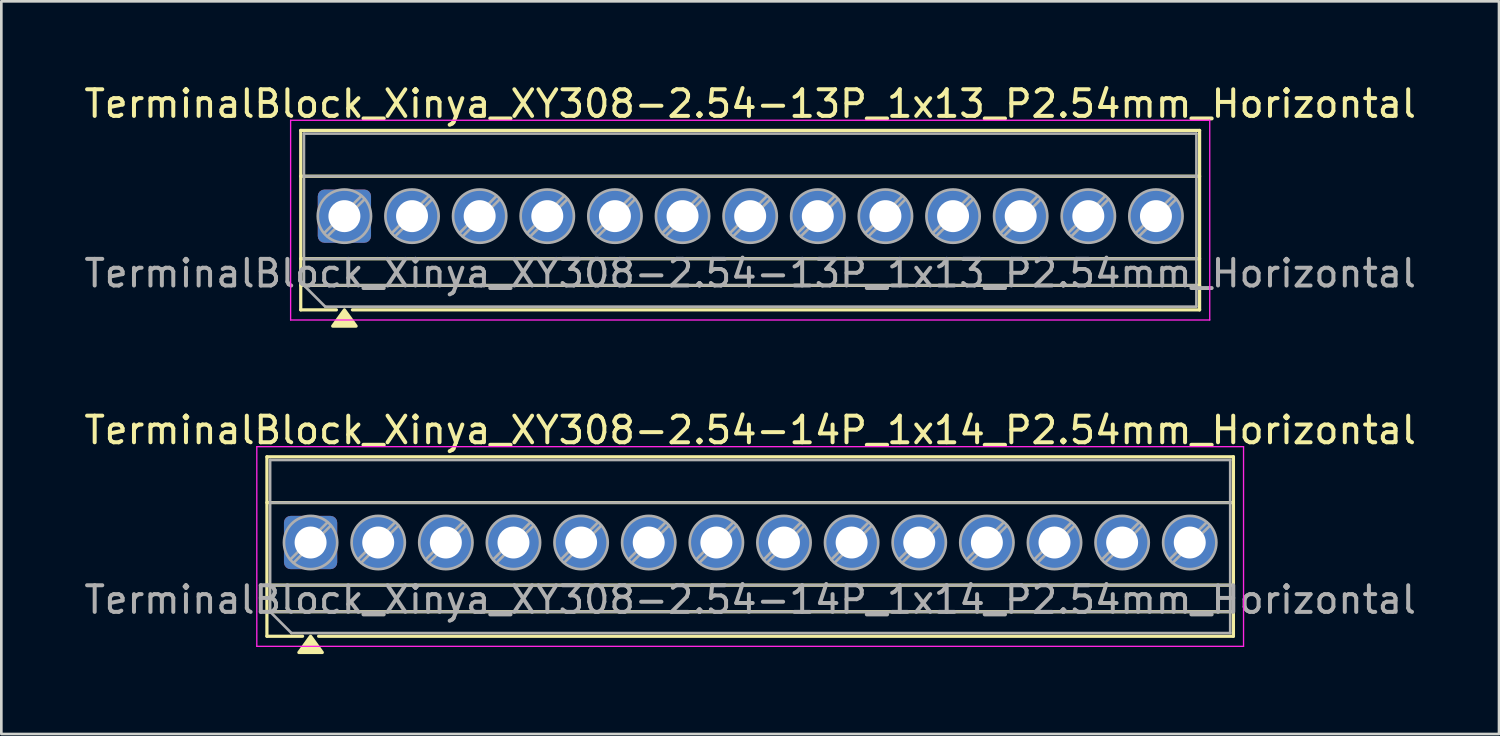
<source format=kicad_pcb>
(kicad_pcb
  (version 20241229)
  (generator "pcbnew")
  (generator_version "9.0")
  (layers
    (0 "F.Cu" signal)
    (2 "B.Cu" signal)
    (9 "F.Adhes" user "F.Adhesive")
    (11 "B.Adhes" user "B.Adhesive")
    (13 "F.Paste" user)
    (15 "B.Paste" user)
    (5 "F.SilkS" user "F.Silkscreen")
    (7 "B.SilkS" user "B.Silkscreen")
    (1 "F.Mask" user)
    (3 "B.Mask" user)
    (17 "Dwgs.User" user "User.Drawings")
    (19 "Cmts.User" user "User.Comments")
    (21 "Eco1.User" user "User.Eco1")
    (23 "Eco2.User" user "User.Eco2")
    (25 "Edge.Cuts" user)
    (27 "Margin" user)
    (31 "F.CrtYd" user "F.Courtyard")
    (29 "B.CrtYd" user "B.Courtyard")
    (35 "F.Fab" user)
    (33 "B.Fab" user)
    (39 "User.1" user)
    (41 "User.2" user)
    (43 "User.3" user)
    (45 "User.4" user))
  (footprint "TerminalBlock_Xinya_XY308-2.54-14P_1x14_P2.54mm_Horizontal"
    (layer "F.Cu")
    (at 8.615 17.326)
    (property "Reference" "TerminalBlock_Xinya_XY308-2.54-14P_1x14_P2.54mm_Horizontal" (at 16.51 -4.22 0) (layer "F.SilkS") (effects (font (size 1 1) (thickness 0.15))))
    (attr through_hole)
    (fp_line (start -1.64 -3.22) (end -1.64 3.52) (stroke (width 0.12) (type solid)) (layer "F.SilkS"))
    (fp_line (start -1.64 -3.22) (end 34.66 -3.22) (stroke (width 0.12) (type solid)) (layer "F.SilkS"))
    (fp_line (start -1.64 -1.5) (end 34.66 -1.5) (stroke (width 0.12) (type solid)) (layer "F.SilkS"))
    (fp_line (start -1.64 1.6) (end 34.66 1.6) (stroke (width 0.12) (type solid)) (layer "F.SilkS"))
    (fp_line (start -1.64 2.6) (end 34.66 2.6) (stroke (width 0.12) (type solid)) (layer "F.SilkS"))
    (fp_line (start -1.64 3.52) (end -0.3 3.52) (stroke (width 0.12) (type solid)) (layer "F.SilkS"))
    (fp_line (start 0.3 3.52) (end 34.66 3.52) (stroke (width 0.12) (type solid)) (layer "F.SilkS"))
    (fp_line (start 34.66 -3.22) (end 34.66 3.52) (stroke (width 0.12) (type solid)) (layer "F.SilkS"))
    (fp_poly (pts (xy 0 3.52) (xy 0.44 4.13) (xy -0.44 4.13)) (stroke (width 0.12) (type solid)) (fill yes) (layer "F.SilkS"))
    (fp_line (start -2.02 -3.6) (end -2.02 3.9) (stroke (width 0.05) (type solid)) (layer "F.CrtYd"))
    (fp_line (start -2.02 3.9) (end 35.04 3.9) (stroke (width 0.05) (type solid)) (layer "F.CrtYd"))
    (fp_line (start 35.04 -3.6) (end -2.02 -3.6) (stroke (width 0.05) (type solid)) (layer "F.CrtYd"))
    (fp_line (start 35.04 3.9) (end 35.04 -3.6) (stroke (width 0.05) (type solid)) (layer "F.CrtYd"))
    (fp_line (start -1.52 -3.1) (end 34.54 -3.1) (stroke (width 0.1) (type solid)) (layer "F.Fab"))
    (fp_line (start -1.52 -1.5) (end 34.54 -1.5) (stroke (width 0.1) (type solid)) (layer "F.Fab"))
    (fp_line (start -1.52 1.6) (end 34.54 1.6) (stroke (width 0.1) (type solid)) (layer "F.Fab"))
    (fp_line (start -1.52 2.6) (end -1.52 -3.1) (stroke (width 0.1) (type solid)) (layer "F.Fab"))
    (fp_line (start -1.52 2.6) (end 34.54 2.6) (stroke (width 0.1) (type solid)) (layer "F.Fab"))
    (fp_line (start -0.72 3.4) (end -1.52 2.6) (stroke (width 0.1) (type solid)) (layer "F.Fab"))
    (fp_line (start 0.636 -0.758) (end -0.758 0.636) (stroke (width 0.1) (type solid)) (layer "F.Fab"))
    (fp_line (start 0.758 -0.636) (end -0.636 0.758) (stroke (width 0.1) (type solid)) (layer "F.Fab"))
    (fp_line (start 3.176 -0.758) (end 1.782 0.636) (stroke (width 0.1) (type solid)) (layer "F.Fab"))
    (fp_line (start 3.298 -0.636) (end 1.904 0.758) (stroke (width 0.1) (type solid)) (layer "F.Fab"))
    (fp_line (start 5.716 -0.758) (end 4.322 0.636) (stroke (width 0.1) (type solid)) (layer "F.Fab"))
    (fp_line (start 5.838 -0.636) (end 4.444 0.758) (stroke (width 0.1) (type solid)) (layer "F.Fab"))
    (fp_line (start 8.256 -0.758) (end 6.862 0.636) (stroke (width 0.1) (type solid)) (layer "F.Fab"))
    (fp_line (start 8.378 -0.636) (end 6.984 0.758) (stroke (width 0.1) (type solid)) (layer "F.Fab"))
    (fp_line (start 10.796 -0.758) (end 9.402 0.636) (stroke (width 0.1) (type solid)) (layer "F.Fab"))
    (fp_line (start 10.918 -0.636) (end 9.524 0.758) (stroke (width 0.1) (type solid)) (layer "F.Fab"))
    (fp_line (start 13.336 -0.758) (end 11.942 0.636) (stroke (width 0.1) (type solid)) (layer "F.Fab"))
    (fp_line (start 13.458 -0.636) (end 12.064 0.758) (stroke (width 0.1) (type solid)) (layer "F.Fab"))
    (fp_line (start 15.876 -0.758) (end 14.482 0.636) (stroke (width 0.1) (type solid)) (layer "F.Fab"))
    (fp_line (start 15.998 -0.636) (end 14.604 0.758) (stroke (width 0.1) (type solid)) (layer "F.Fab"))
    (fp_line (start 18.416 -0.758) (end 17.022 0.636) (stroke (width 0.1) (type solid)) (layer "F.Fab"))
    (fp_line (start 18.538 -0.636) (end 17.144 0.758) (stroke (width 0.1) (type solid)) (layer "F.Fab"))
    (fp_line (start 20.956 -0.758) (end 19.562 0.636) (stroke (width 0.1) (type solid)) (layer "F.Fab"))
    (fp_line (start 21.078 -0.636) (end 19.684 0.758) (stroke (width 0.1) (type solid)) (layer "F.Fab"))
    (fp_line (start 23.496 -0.758) (end 22.102 0.636) (stroke (width 0.1) (type solid)) (layer "F.Fab"))
    (fp_line (start 23.618 -0.636) (end 22.224 0.758) (stroke (width 0.1) (type solid)) (layer "F.Fab"))
    (fp_line (start 26.036 -0.758) (end 24.642 0.636) (stroke (width 0.1) (type solid)) (layer "F.Fab"))
    (fp_line (start 26.158 -0.636) (end 24.764 0.758) (stroke (width 0.1) (type solid)) (layer "F.Fab"))
    (fp_line (start 28.576 -0.758) (end 27.182 0.636) (stroke (width 0.1) (type solid)) (layer "F.Fab"))
    (fp_line (start 28.698 -0.636) (end 27.304 0.758) (stroke (width 0.1) (type solid)) (layer "F.Fab"))
    (fp_line (start 31.116 -0.758) (end 29.722 0.636) (stroke (width 0.1) (type solid)) (layer "F.Fab"))
    (fp_line (start 31.238 -0.636) (end 29.844 0.758) (stroke (width 0.1) (type solid)) (layer "F.Fab"))
    (fp_line (start 33.656 -0.758) (end 32.262 0.636) (stroke (width 0.1) (type solid)) (layer "F.Fab"))
    (fp_line (start 33.778 -0.636) (end 32.384 0.758) (stroke (width 0.1) (type solid)) (layer "F.Fab"))
    (fp_line (start 34.54 -3.1) (end 34.54 3.4) (stroke (width 0.1) (type solid)) (layer "F.Fab"))
    (fp_line (start 34.54 3.4) (end -0.72 3.4) (stroke (width 0.1) (type solid)) (layer "F.Fab"))
    (fp_circle (center 0 0) (end 1 0) (stroke (width 0.1) (type solid)) (fill no) (layer "F.Fab"))
    (fp_circle (center 2.54 0) (end 3.54 0) (stroke (width 0.1) (type solid)) (fill no) (layer "F.Fab"))
    (fp_circle (center 5.08 0) (end 6.08 0) (stroke (width 0.1) (type solid)) (fill no) (layer "F.Fab"))
    (fp_circle (center 7.62 0) (end 8.62 0) (stroke (width 0.1) (type solid)) (fill no) (layer "F.Fab"))
    (fp_circle (center 10.16 0) (end 11.16 0) (stroke (width 0.1) (type solid)) (fill no) (layer "F.Fab"))
    (fp_circle (center 12.7 0) (end 13.7 0) (stroke (width 0.1) (type solid)) (fill no) (layer "F.Fab"))
    (fp_circle (center 15.24 0) (end 16.24 0) (stroke (width 0.1) (type solid)) (fill no) (layer "F.Fab"))
    (fp_circle (center 17.78 0) (end 18.78 0) (stroke (width 0.1) (type solid)) (fill no) (layer "F.Fab"))
    (fp_circle (center 20.32 0) (end 21.32 0) (stroke (width 0.1) (type solid)) (fill no) (layer "F.Fab"))
    (fp_circle (center 22.86 0) (end 23.86 0) (stroke (width 0.1) (type solid)) (fill no) (layer "F.Fab"))
    (fp_circle (center 25.4 0) (end 26.4 0) (stroke (width 0.1) (type solid)) (fill no) (layer "F.Fab"))
    (fp_circle (center 27.94 0) (end 28.94 0) (stroke (width 0.1) (type solid)) (fill no) (layer "F.Fab"))
    (fp_circle (center 30.48 0) (end 31.48 0) (stroke (width 0.1) (type solid)) (fill no) (layer "F.Fab"))
    (fp_circle (center 33.02 0) (end 34.02 0) (stroke (width 0.1) (type solid)) (fill no) (layer "F.Fab"))
    (fp_text user "${REFERENCE}" (at 16.51 2.15 0) (layer "F.Fab") (effects (font (size 1 1) (thickness 0.15))))
    (pad "1" thru_hole roundrect (at 0 0) (size 2 2) (drill 1.2) (layers "*.Cu" "*.Mask") (roundrect_rratio 0.125))
    (pad "2" thru_hole circle (at 2.54 0) (size 2 2) (drill 1.2) (layers "*.Cu" "*.Mask"))
    (pad "3" thru_hole circle (at 5.08 0) (size 2 2) (drill 1.2) (layers "*.Cu" "*.Mask"))
    (pad "4" thru_hole circle (at 7.62 0) (size 2 2) (drill 1.2) (layers "*.Cu" "*.Mask"))
    (pad "5" thru_hole circle (at 10.16 0) (size 2 2) (drill 1.2) (layers "*.Cu" "*.Mask"))
    (pad "6" thru_hole circle (at 12.7 0) (size 2 2) (drill 1.2) (layers "*.Cu" "*.Mask"))
    (pad "7" thru_hole circle (at 15.24 0) (size 2 2) (drill 1.2) (layers "*.Cu" "*.Mask"))
    (pad "8" thru_hole circle (at 17.78 0) (size 2 2) (drill 1.2) (layers "*.Cu" "*.Mask"))
    (pad "9" thru_hole circle (at 20.32 0) (size 2 2) (drill 1.2) (layers "*.Cu" "*.Mask"))
    (pad "10" thru_hole circle (at 22.86 0) (size 2 2) (drill 1.2) (layers "*.Cu" "*.Mask"))
    (pad "11" thru_hole circle (at 25.4 0) (size 2 2) (drill 1.2) (layers "*.Cu" "*.Mask"))
    (pad "12" thru_hole circle (at 27.94 0) (size 2 2) (drill 1.2) (layers "*.Cu" "*.Mask"))
    (pad "13" thru_hole circle (at 30.48 0) (size 2 2) (drill 1.2) (layers "*.Cu" "*.Mask"))
    (pad "14" thru_hole circle (at 33.02 0) (size 2 2) (drill 1.2) (layers "*.Cu" "*.Mask")))
  (footprint "TerminalBlock_Xinya_XY308-2.54-13P_1x13_P2.54mm_Horizontal"
    (layer "F.Cu")
    (at 9.885 5.068)
    (property "Reference" "TerminalBlock_Xinya_XY308-2.54-13P_1x13_P2.54mm_Horizontal" (at 15.24 -4.22 0) (layer "F.SilkS") (effects (font (size 1 1) (thickness 0.15))))
    (attr through_hole)
    (fp_line (start -1.64 -3.22) (end -1.64 3.52) (stroke (width 0.12) (type solid)) (layer "F.SilkS"))
    (fp_line (start -1.64 -3.22) (end 32.12 -3.22) (stroke (width 0.12) (type solid)) (layer "F.SilkS"))
    (fp_line (start -1.64 -1.5) (end 32.12 -1.5) (stroke (width 0.12) (type solid)) (layer "F.SilkS"))
    (fp_line (start -1.64 1.6) (end 32.12 1.6) (stroke (width 0.12) (type solid)) (layer "F.SilkS"))
    (fp_line (start -1.64 2.6) (end 32.12 2.6) (stroke (width 0.12) (type solid)) (layer "F.SilkS"))
    (fp_line (start -1.64 3.52) (end -0.3 3.52) (stroke (width 0.12) (type solid)) (layer "F.SilkS"))
    (fp_line (start 0.3 3.52) (end 32.12 3.52) (stroke (width 0.12) (type solid)) (layer "F.SilkS"))
    (fp_line (start 32.12 -3.22) (end 32.12 3.52) (stroke (width 0.12) (type solid)) (layer "F.SilkS"))
    (fp_poly (pts (xy 0 3.52) (xy 0.44 4.13) (xy -0.44 4.13)) (stroke (width 0.12) (type solid)) (fill yes) (layer "F.SilkS"))
    (fp_line (start -2.02 -3.6) (end -2.02 3.9) (stroke (width 0.05) (type solid)) (layer "F.CrtYd"))
    (fp_line (start -2.02 3.9) (end 32.5 3.9) (stroke (width 0.05) (type solid)) (layer "F.CrtYd"))
    (fp_line (start 32.5 -3.6) (end -2.02 -3.6) (stroke (width 0.05) (type solid)) (layer "F.CrtYd"))
    (fp_line (start 32.5 3.9) (end 32.5 -3.6) (stroke (width 0.05) (type solid)) (layer "F.CrtYd"))
    (fp_line (start -1.52 -3.1) (end 32 -3.1) (stroke (width 0.1) (type solid)) (layer "F.Fab"))
    (fp_line (start -1.52 -1.5) (end 32 -1.5) (stroke (width 0.1) (type solid)) (layer "F.Fab"))
    (fp_line (start -1.52 1.6) (end 32 1.6) (stroke (width 0.1) (type solid)) (layer "F.Fab"))
    (fp_line (start -1.52 2.6) (end -1.52 -3.1) (stroke (width 0.1) (type solid)) (layer "F.Fab"))
    (fp_line (start -1.52 2.6) (end 32 2.6) (stroke (width 0.1) (type solid)) (layer "F.Fab"))
    (fp_line (start -0.72 3.4) (end -1.52 2.6) (stroke (width 0.1) (type solid)) (layer "F.Fab"))
    (fp_line (start 0.636 -0.758) (end -0.758 0.636) (stroke (width 0.1) (type solid)) (layer "F.Fab"))
    (fp_line (start 0.758 -0.636) (end -0.636 0.758) (stroke (width 0.1) (type solid)) (layer "F.Fab"))
    (fp_line (start 3.176 -0.758) (end 1.782 0.636) (stroke (width 0.1) (type solid)) (layer "F.Fab"))
    (fp_line (start 3.298 -0.636) (end 1.904 0.758) (stroke (width 0.1) (type solid)) (layer "F.Fab"))
    (fp_line (start 5.716 -0.758) (end 4.322 0.636) (stroke (width 0.1) (type solid)) (layer "F.Fab"))
    (fp_line (start 5.838 -0.636) (end 4.444 0.758) (stroke (width 0.1) (type solid)) (layer "F.Fab"))
    (fp_line (start 8.256 -0.758) (end 6.862 0.636) (stroke (width 0.1) (type solid)) (layer "F.Fab"))
    (fp_line (start 8.378 -0.636) (end 6.984 0.758) (stroke (width 0.1) (type solid)) (layer "F.Fab"))
    (fp_line (start 10.796 -0.758) (end 9.402 0.636) (stroke (width 0.1) (type solid)) (layer "F.Fab"))
    (fp_line (start 10.918 -0.636) (end 9.524 0.758) (stroke (width 0.1) (type solid)) (layer "F.Fab"))
    (fp_line (start 13.336 -0.758) (end 11.942 0.636) (stroke (width 0.1) (type solid)) (layer "F.Fab"))
    (fp_line (start 13.458 -0.636) (end 12.064 0.758) (stroke (width 0.1) (type solid)) (layer "F.Fab"))
    (fp_line (start 15.876 -0.758) (end 14.482 0.636) (stroke (width 0.1) (type solid)) (layer "F.Fab"))
    (fp_line (start 15.998 -0.636) (end 14.604 0.758) (stroke (width 0.1) (type solid)) (layer "F.Fab"))
    (fp_line (start 18.416 -0.758) (end 17.022 0.636) (stroke (width 0.1) (type solid)) (layer "F.Fab"))
    (fp_line (start 18.538 -0.636) (end 17.144 0.758) (stroke (width 0.1) (type solid)) (layer "F.Fab"))
    (fp_line (start 20.956 -0.758) (end 19.562 0.636) (stroke (width 0.1) (type solid)) (layer "F.Fab"))
    (fp_line (start 21.078 -0.636) (end 19.684 0.758) (stroke (width 0.1) (type solid)) (layer "F.Fab"))
    (fp_line (start 23.496 -0.758) (end 22.102 0.636) (stroke (width 0.1) (type solid)) (layer "F.Fab"))
    (fp_line (start 23.618 -0.636) (end 22.224 0.758) (stroke (width 0.1) (type solid)) (layer "F.Fab"))
    (fp_line (start 26.036 -0.758) (end 24.642 0.636) (stroke (width 0.1) (type solid)) (layer "F.Fab"))
    (fp_line (start 26.158 -0.636) (end 24.764 0.758) (stroke (width 0.1) (type solid)) (layer "F.Fab"))
    (fp_line (start 28.576 -0.758) (end 27.182 0.636) (stroke (width 0.1) (type solid)) (layer "F.Fab"))
    (fp_line (start 28.698 -0.636) (end 27.304 0.758) (stroke (width 0.1) (type solid)) (layer "F.Fab"))
    (fp_line (start 31.116 -0.758) (end 29.722 0.636) (stroke (width 0.1) (type solid)) (layer "F.Fab"))
    (fp_line (start 31.238 -0.636) (end 29.844 0.758) (stroke (width 0.1) (type solid)) (layer "F.Fab"))
    (fp_line (start 32 -3.1) (end 32 3.4) (stroke (width 0.1) (type solid)) (layer "F.Fab"))
    (fp_line (start 32 3.4) (end -0.72 3.4) (stroke (width 0.1) (type solid)) (layer "F.Fab"))
    (fp_circle (center 0 0) (end 1 0) (stroke (width 0.1) (type solid)) (fill no) (layer "F.Fab"))
    (fp_circle (center 2.54 0) (end 3.54 0) (stroke (width 0.1) (type solid)) (fill no) (layer "F.Fab"))
    (fp_circle (center 5.08 0) (end 6.08 0) (stroke (width 0.1) (type solid)) (fill no) (layer "F.Fab"))
    (fp_circle (center 7.62 0) (end 8.62 0) (stroke (width 0.1) (type solid)) (fill no) (layer "F.Fab"))
    (fp_circle (center 10.16 0) (end 11.16 0) (stroke (width 0.1) (type solid)) (fill no) (layer "F.Fab"))
    (fp_circle (center 12.7 0) (end 13.7 0) (stroke (width 0.1) (type solid)) (fill no) (layer "F.Fab"))
    (fp_circle (center 15.24 0) (end 16.24 0) (stroke (width 0.1) (type solid)) (fill no) (layer "F.Fab"))
    (fp_circle (center 17.78 0) (end 18.78 0) (stroke (width 0.1) (type solid)) (fill no) (layer "F.Fab"))
    (fp_circle (center 20.32 0) (end 21.32 0) (stroke (width 0.1) (type solid)) (fill no) (layer "F.Fab"))
    (fp_circle (center 22.86 0) (end 23.86 0) (stroke (width 0.1) (type solid)) (fill no) (layer "F.Fab"))
    (fp_circle (center 25.4 0) (end 26.4 0) (stroke (width 0.1) (type solid)) (fill no) (layer "F.Fab"))
    (fp_circle (center 27.94 0) (end 28.94 0) (stroke (width 0.1) (type solid)) (fill no) (layer "F.Fab"))
    (fp_circle (center 30.48 0) (end 31.48 0) (stroke (width 0.1) (type solid)) (fill no) (layer "F.Fab"))
    (fp_text user "${REFERENCE}" (at 15.24 2.15 0) (layer "F.Fab") (effects (font (size 1 1) (thickness 0.15))))
    (pad "1" thru_hole roundrect (at 0 0) (size 2 2) (drill 1.2) (layers "*.Cu" "*.Mask") (roundrect_rratio 0.125))
    (pad "2" thru_hole circle (at 2.54 0) (size 2 2) (drill 1.2) (layers "*.Cu" "*.Mask"))
    (pad "3" thru_hole circle (at 5.08 0) (size 2 2) (drill 1.2) (layers "*.Cu" "*.Mask"))
    (pad "4" thru_hole circle (at 7.62 0) (size 2 2) (drill 1.2) (layers "*.Cu" "*.Mask"))
    (pad "5" thru_hole circle (at 10.16 0) (size 2 2) (drill 1.2) (layers "*.Cu" "*.Mask"))
    (pad "6" thru_hole circle (at 12.7 0) (size 2 2) (drill 1.2) (layers "*.Cu" "*.Mask"))
    (pad "7" thru_hole circle (at 15.24 0) (size 2 2) (drill 1.2) (layers "*.Cu" "*.Mask"))
    (pad "8" thru_hole circle (at 17.78 0) (size 2 2) (drill 1.2) (layers "*.Cu" "*.Mask"))
    (pad "9" thru_hole circle (at 20.32 0) (size 2 2) (drill 1.2) (layers "*.Cu" "*.Mask"))
    (pad "10" thru_hole circle (at 22.86 0) (size 2 2) (drill 1.2) (layers "*.Cu" "*.Mask"))
    (pad "11" thru_hole circle (at 25.4 0) (size 2 2) (drill 1.2) (layers "*.Cu" "*.Mask"))
    (pad "12" thru_hole circle (at 27.94 0) (size 2 2) (drill 1.2) (layers "*.Cu" "*.Mask"))
    (pad "13" thru_hole circle (at 30.48 0) (size 2 2) (drill 1.2) (layers "*.Cu" "*.Mask")))
  (gr_rect
    (start -3 -3)
    (end 53.25 24.517)
    (stroke (width 0.1) (type default))
    (fill no)
    (layer "Edge.Cuts")))
</source>
